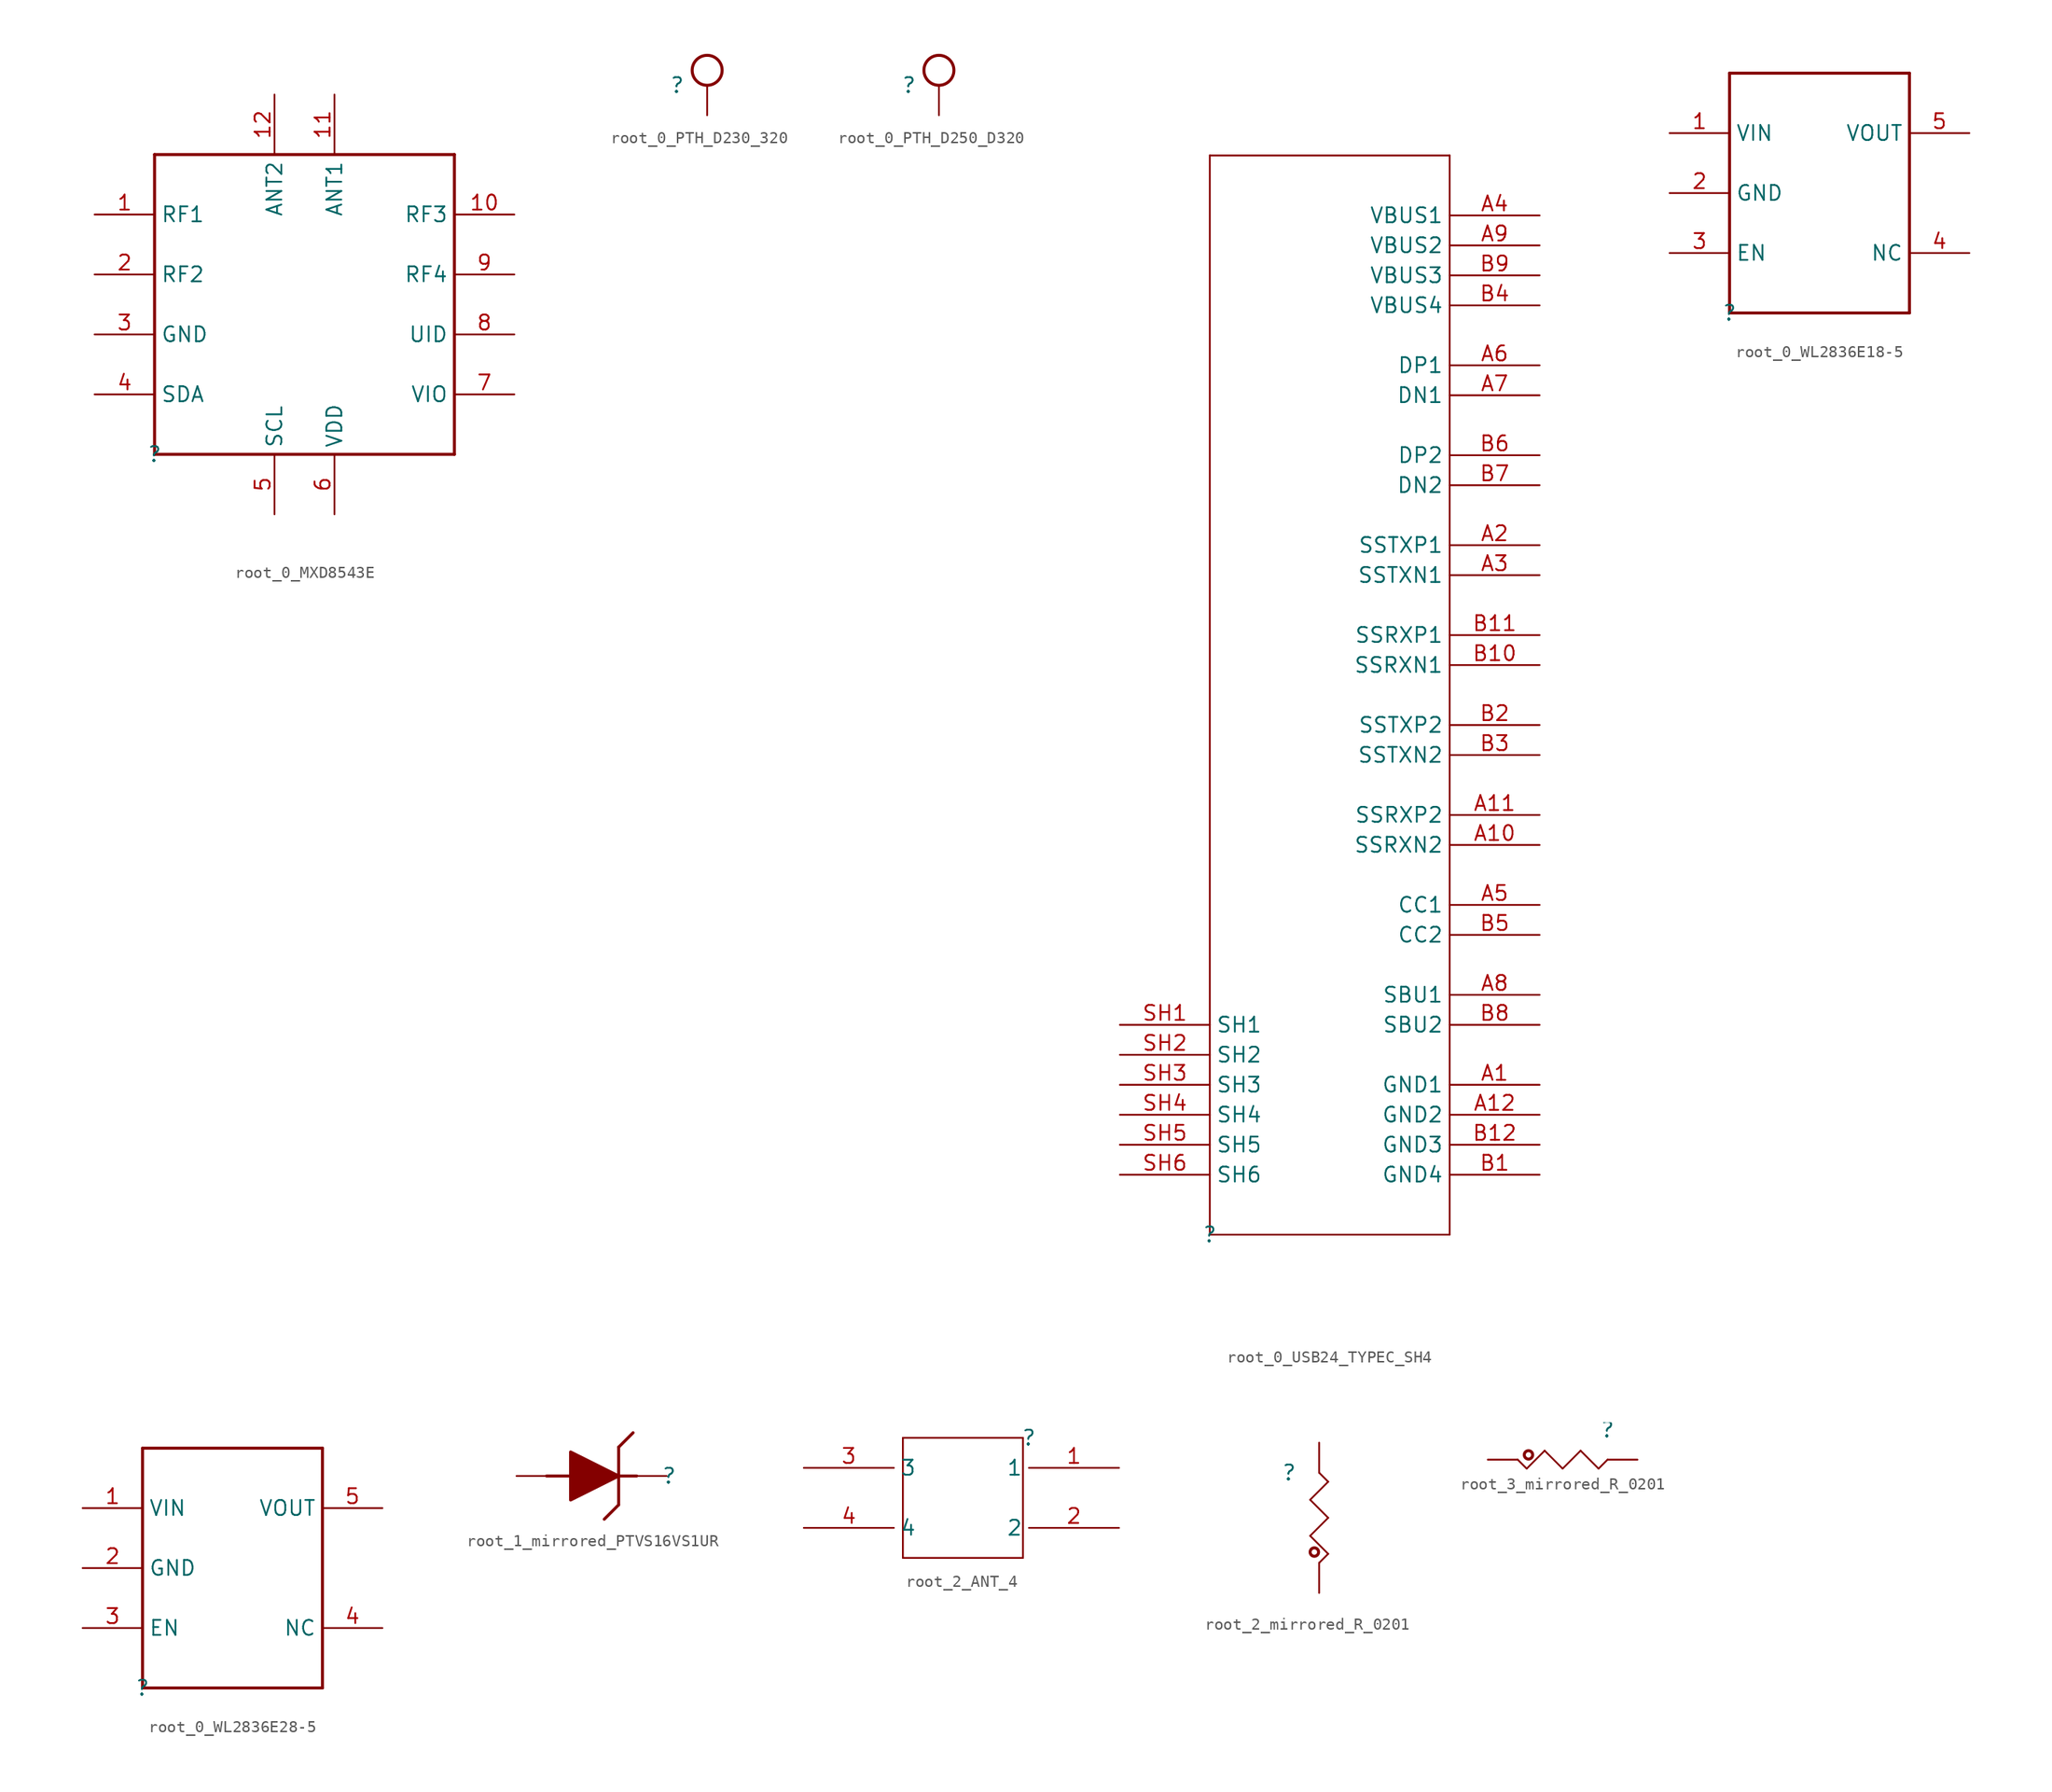
<source format=kicad_sym>
(kicad_symbol_lib
  (version 20220914)
  (generator kicad_symbol_editor)
  (symbol "root_0_MXD8543E"
    (property "Reference" ""
      (at 0 0 0)
      (effects (font (size 1.27 1.27))))
    (property "Value" ""
      (at 0 0 0)
      (effects (font (size 1.27 1.27))))
    (symbol "root_0_MXD8543E_1_0"
      (polyline (pts (xy 0 0) (xy 0 25.4)) (stroke (width 0.254) (type solid)) (fill (type none)))
      (polyline (pts (xy 0 25.4) (xy 25.4 25.4)) (stroke (width 0.254) (type solid)) (fill (type none)))
      (polyline (pts (xy 25.4 0) (xy 0 0)) (stroke (width 0.254) (type solid)) (fill (type none)))
      (polyline (pts (xy 25.4 25.4) (xy 25.4 0)) (stroke (width 0.254) (type solid)) (fill (type none)))
      (pin passive line (at -5.08 20.32 0) (length 5.08) (name "RF1" (effects (font (size 1.27 1.27)))) (number "1" (effects (font (size 1.27 1.27)))))
      (pin passive line (at 30.48 20.32 180) (length 5.08) (name "RF3" (effects (font (size 1.27 1.27)))) (number "10" (effects (font (size 1.27 1.27)))))
      (pin passive line (at 15.24 30.48 270) (length 5.08) (name "ANT1" (effects (font (size 1.27 1.27)))) (number "11" (effects (font (size 1.27 1.27)))))
      (pin passive line (at 10.16 30.48 270) (length 5.08) (name "ANT2" (effects (font (size 1.27 1.27)))) (number "12" (effects (font (size 1.27 1.27)))))
      (pin passive line (at -5.08 15.24 0) (length 5.08) (name "RF2" (effects (font (size 1.27 1.27)))) (number "2" (effects (font (size 1.27 1.27)))))
      (pin passive line (at -5.08 10.16 0) (length 5.08) (name "GND" (effects (font (size 1.27 1.27)))) (number "3" (effects (font (size 1.27 1.27)))))
      (pin passive line (at -5.08 5.08 0) (length 5.08) (name "SDA" (effects (font (size 1.27 1.27)))) (number "4" (effects (font (size 1.27 1.27)))))
      (pin passive line (at 10.16 -5.08 90) (length 5.08) (name "SCL" (effects (font (size 1.27 1.27)))) (number "5" (effects (font (size 1.27 1.27)))))
      (pin passive line (at 15.24 -5.08 90) (length 5.08) (name "VDD" (effects (font (size 1.27 1.27)))) (number "6" (effects (font (size 1.27 1.27)))))
      (pin passive line (at 30.48 5.08 180) (length 5.08) (name "VIO" (effects (font (size 1.27 1.27)))) (number "7" (effects (font (size 1.27 1.27)))))
      (pin passive line (at 30.48 10.16 180) (length 5.08) (name "UID" (effects (font (size 1.27 1.27)))) (number "8" (effects (font (size 1.27 1.27)))))
      (pin passive line (at 30.48 15.24 180) (length 5.08) (name "RF4" (effects (font (size 1.27 1.27)))) (number "9" (effects (font (size 1.27 1.27)))))))
  (symbol "root_0_PTH_D230_320"
    (property "Reference" ""
      (at 0 0 0)
      (effects (font (size 1.27 1.27))))
    (property "Value" ""
      (at 0 0 0)
      (effects (font (size 1.27 1.27))))
    (symbol "root_0_PTH_D230_320_1_0"
      (circle (center 2.54 1.27) (radius 1.27) (stroke (width 0.254) (type solid)) (fill (type none)))
      (pin passive line (at 2.54 -2.54 90) (length 2.54) (name "PIN1" (effects (font (size 0 0)))) (number "1" (effects (font (size 0 0)))))))
  (symbol "root_0_PTH_D250_D320"
    (property "Reference" ""
      (at 0 0 0)
      (effects (font (size 1.27 1.27))))
    (property "Value" ""
      (at 0 0 0)
      (effects (font (size 1.27 1.27))))
    (symbol "root_0_PTH_D250_D320_1_0"
      (circle (center 2.54 1.27) (radius 1.27) (stroke (width 0.254) (type solid)) (fill (type none)))
      (pin passive line (at 2.54 -2.54 90) (length 2.54) (name "1" (effects (font (size 0 0)))) (number "1" (effects (font (size 0 0)))))))
  (symbol "root_0_USB24_TYPEC_SH4"
    (property "Reference" ""
      (at 0 0 0)
      (effects (font (size 1.27 1.27))))
    (property "Value" ""
      (at 0 0 0)
      (effects (font (size 1.27 1.27))))
    (symbol "root_0_USB24_TYPEC_SH4_1_0"
      (polyline (pts (xy 0 0) (xy 0 91.44)) (stroke (width 0) (type solid)) (fill (type none)))
      (polyline (pts (xy 0 91.44) (xy 20.32 91.44)) (stroke (width 0) (type solid)) (fill (type none)))
      (polyline (pts (xy 20.32 0) (xy 0 0)) (stroke (width 0) (type solid)) (fill (type none)))
      (polyline (pts (xy 20.32 91.44) (xy 20.32 0)) (stroke (width 0) (type solid)) (fill (type none)))
      (pin power_in line (at 27.94 12.7 180) (length 7.62) (name "GND1" (effects (font (size 1.27 1.27)))) (number "A1" (effects (font (size 1.27 1.27)))))
      (pin passive line (at 27.94 33.02 180) (length 7.62) (name "SSRXN2" (effects (font (size 1.27 1.27)))) (number "A10" (effects (font (size 1.27 1.27)))))
      (pin passive line (at 27.94 35.56 180) (length 7.62) (name "SSRXP2" (effects (font (size 1.27 1.27)))) (number "A11" (effects (font (size 1.27 1.27)))))
      (pin power_in line (at 27.94 10.16 180) (length 7.62) (name "GND2" (effects (font (size 1.27 1.27)))) (number "A12" (effects (font (size 1.27 1.27)))))
      (pin passive line (at 27.94 58.42 180) (length 7.62) (name "SSTXP1" (effects (font (size 1.27 1.27)))) (number "A2" (effects (font (size 1.27 1.27)))))
      (pin passive line (at 27.94 55.88 180) (length 7.62) (name "SSTXN1" (effects (font (size 1.27 1.27)))) (number "A3" (effects (font (size 1.27 1.27)))))
      (pin passive line (at 27.94 86.36 180) (length 7.62) (name "VBUS1" (effects (font (size 1.27 1.27)))) (number "A4" (effects (font (size 1.27 1.27)))))
      (pin passive line (at 27.94 27.94 180) (length 7.62) (name "CC1" (effects (font (size 1.27 1.27)))) (number "A5" (effects (font (size 1.27 1.27)))))
      (pin passive line (at 27.94 73.66 180) (length 7.62) (name "DP1" (effects (font (size 1.27 1.27)))) (number "A6" (effects (font (size 1.27 1.27)))))
      (pin passive line (at 27.94 71.12 180) (length 7.62) (name "DN1" (effects (font (size 1.27 1.27)))) (number "A7" (effects (font (size 1.27 1.27)))))
      (pin passive line (at 27.94 20.32 180) (length 7.62) (name "SBU1" (effects (font (size 1.27 1.27)))) (number "A8" (effects (font (size 1.27 1.27)))))
      (pin passive line (at 27.94 83.82 180) (length 7.62) (name "VBUS2" (effects (font (size 1.27 1.27)))) (number "A9" (effects (font (size 1.27 1.27)))))
      (pin power_in line (at 27.94 5.08 180) (length 7.62) (name "GND4" (effects (font (size 1.27 1.27)))) (number "B1" (effects (font (size 1.27 1.27)))))
      (pin passive line (at 27.94 48.26 180) (length 7.62) (name "SSRXN1" (effects (font (size 1.27 1.27)))) (number "B10" (effects (font (size 1.27 1.27)))))
      (pin passive line (at 27.94 50.8 180) (length 7.62) (name "SSRXP1" (effects (font (size 1.27 1.27)))) (number "B11" (effects (font (size 1.27 1.27)))))
      (pin power_in line (at 27.94 7.62 180) (length 7.62) (name "GND3" (effects (font (size 1.27 1.27)))) (number "B12" (effects (font (size 1.27 1.27)))))
      (pin passive line (at 27.94 43.18 180) (length 7.62) (name "SSTXP2" (effects (font (size 1.27 1.27)))) (number "B2" (effects (font (size 1.27 1.27)))))
      (pin passive line (at 27.94 40.64 180) (length 7.62) (name "SSTXN2" (effects (font (size 1.27 1.27)))) (number "B3" (effects (font (size 1.27 1.27)))))
      (pin passive line (at 27.94 78.74 180) (length 7.62) (name "VBUS4" (effects (font (size 1.27 1.27)))) (number "B4" (effects (font (size 1.27 1.27)))))
      (pin passive line (at 27.94 25.4 180) (length 7.62) (name "CC2" (effects (font (size 1.27 1.27)))) (number "B5" (effects (font (size 1.27 1.27)))))
      (pin passive line (at 27.94 66.04 180) (length 7.62) (name "DP2" (effects (font (size 1.27 1.27)))) (number "B6" (effects (font (size 1.27 1.27)))))
      (pin passive line (at 27.94 63.5 180) (length 7.62) (name "DN2" (effects (font (size 1.27 1.27)))) (number "B7" (effects (font (size 1.27 1.27)))))
      (pin passive line (at 27.94 17.78 180) (length 7.62) (name "SBU2" (effects (font (size 1.27 1.27)))) (number "B8" (effects (font (size 1.27 1.27)))))
      (pin passive line (at 27.94 81.28 180) (length 7.62) (name "VBUS3" (effects (font (size 1.27 1.27)))) (number "B9" (effects (font (size 1.27 1.27)))))
      (pin power_in line (at -7.62 17.78 0) (length 7.62) (name "SH1" (effects (font (size 1.27 1.27)))) (number "SH1" (effects (font (size 1.27 1.27)))))
      (pin power_in line (at -7.62 15.24 0) (length 7.62) (name "SH2" (effects (font (size 1.27 1.27)))) (number "SH2" (effects (font (size 1.27 1.27)))))
      (pin power_in line (at -7.62 12.7 0) (length 7.62) (name "SH3" (effects (font (size 1.27 1.27)))) (number "SH3" (effects (font (size 1.27 1.27)))))
      (pin power_in line (at -7.62 10.16 0) (length 7.62) (name "SH4" (effects (font (size 1.27 1.27)))) (number "SH4" (effects (font (size 1.27 1.27)))))
      (pin power_in line (at -7.62 7.62 0) (length 7.62) (name "SH5" (effects (font (size 1.27 1.27)))) (number "SH5" (effects (font (size 1.27 1.27)))))
      (pin power_in line (at -7.62 5.08 0) (length 7.62) (name "SH6" (effects (font (size 1.27 1.27)))) (number "SH6" (effects (font (size 1.27 1.27)))))))
  (symbol "root_0_WL2836E18-5"
    (property "Reference" ""
      (at 0 0 0)
      (effects (font (size 1.27 1.27))))
    (property "Value" ""
      (at 0 0 0)
      (effects (font (size 1.27 1.27))))
    (symbol "root_0_WL2836E18-5_1_0"
      (polyline (pts (xy 0 0) (xy 15.24 0)) (stroke (width 0.254) (type solid)) (fill (type none)))
      (polyline (pts (xy 0 20.32) (xy 0 0)) (stroke (width 0.254) (type solid)) (fill (type none)))
      (polyline (pts (xy 15.24 0) (xy 15.24 20.32)) (stroke (width 0.254) (type solid)) (fill (type none)))
      (polyline (pts (xy 15.24 20.32) (xy 0 20.32)) (stroke (width 0.254) (type solid)) (fill (type none)))
      (pin passive line (at -5.08 15.24 0) (length 5.08) (name "VIN" (effects (font (size 1.27 1.27)))) (number "1" (effects (font (size 1.27 1.27)))))
      (pin passive line (at -5.08 10.16 0) (length 5.08) (name "GND" (effects (font (size 1.27 1.27)))) (number "2" (effects (font (size 1.27 1.27)))))
      (pin passive line (at -5.08 5.08 0) (length 5.08) (name "EN" (effects (font (size 1.27 1.27)))) (number "3" (effects (font (size 1.27 1.27)))))
      (pin passive line (at 20.32 5.08 180) (length 5.08) (name "NC" (effects (font (size 1.27 1.27)))) (number "4" (effects (font (size 1.27 1.27)))))
      (pin passive line (at 20.32 15.24 180) (length 5.08) (name "VOUT" (effects (font (size 1.27 1.27)))) (number "5" (effects (font (size 1.27 1.27)))))))
  (symbol "root_0_WL2836E28-5"
    (property "Reference" ""
      (at 0 0 0)
      (effects (font (size 1.27 1.27))))
    (property "Value" ""
      (at 0 0 0)
      (effects (font (size 1.27 1.27))))
    (symbol "root_0_WL2836E28-5_1_0"
      (polyline (pts (xy 0 0) (xy 15.24 0)) (stroke (width 0.254) (type solid)) (fill (type none)))
      (polyline (pts (xy 0 20.32) (xy 0 0)) (stroke (width 0.254) (type solid)) (fill (type none)))
      (polyline (pts (xy 15.24 0) (xy 15.24 20.32)) (stroke (width 0.254) (type solid)) (fill (type none)))
      (polyline (pts (xy 15.24 20.32) (xy 0 20.32)) (stroke (width 0.254) (type solid)) (fill (type none)))
      (pin passive line (at -5.08 15.24 0) (length 5.08) (name "VIN" (effects (font (size 1.27 1.27)))) (number "1" (effects (font (size 1.27 1.27)))))
      (pin passive line (at -5.08 10.16 0) (length 5.08) (name "GND" (effects (font (size 1.27 1.27)))) (number "2" (effects (font (size 1.27 1.27)))))
      (pin passive line (at -5.08 5.08 0) (length 5.08) (name "EN" (effects (font (size 1.27 1.27)))) (number "3" (effects (font (size 1.27 1.27)))))
      (pin passive line (at 20.32 5.08 180) (length 5.08) (name "NC" (effects (font (size 1.27 1.27)))) (number "4" (effects (font (size 1.27 1.27)))))
      (pin passive line (at 20.32 15.24 180) (length 5.08) (name "VOUT" (effects (font (size 1.27 1.27)))) (number "5" (effects (font (size 1.27 1.27)))))))
  (symbol "root_1_mirrored_PTVS16VS1UR"
    (property "Reference" ""
      (at 0 0 0)
      (effects (font (size 1.27 1.27))))
    (property "Value" ""
      (at 0 0 0)
      (effects (font (size 1.27 1.27))))
    (symbol "root_1_mirrored_PTVS16VS1UR_1_0"
      (polyline (pts (xy -8.331 0) (xy -10.363 0)) (stroke (width 0.254) (type solid)) (fill (type none)))
      (polyline (pts (xy -4.267 -2.438) (xy -5.486 -3.658)) (stroke (width 0.254) (type solid)) (fill (type none)))
      (polyline (pts (xy -4.267 0) (xy -4.267 -2.438)) (stroke (width 0.254) (type solid)) (fill (type none)))
      (polyline (pts (xy -4.267 0) (xy -4.267 2.438)) (stroke (width 0.254) (type solid)) (fill (type none)))
      (polyline (pts (xy -4.267 2.438) (xy -3.048 3.658)) (stroke (width 0.254) (type solid)) (fill (type none)))
      (polyline (pts (xy -2.743 0) (xy -4.267 0)) (stroke (width 0.254) (type solid)) (fill (type none)))
      (polyline (pts (xy -8.331 -2.032) (xy -8.331 2.032) (xy -4.267 0) (xy -8.331 -2.032) (xy -8.331 -2.032)) (stroke (width 0.254) (type solid)) (fill (type outline)))
      (pin passive line (at -0.203 0 180) (length 2.54) (name "1" (effects (font (size 0 0)))) (number "1" (effects (font (size 0 0)))))
      (pin passive line (at -12.903 0 0) (length 2.54) (name "2" (effects (font (size 0 0)))) (number "2" (effects (font (size 0 0)))))))
  (symbol "root_2_ANT_4"
    (property "Reference" ""
      (at 0 0 0)
      (effects (font (size 1.27 1.27))))
    (property "Value" ""
      (at 0 0 0)
      (effects (font (size 1.27 1.27))))
    (symbol "root_2_ANT_4_1_0"
      (polyline (pts (xy -10.668 -10.16) (xy -10.668 0)) (stroke (width 0) (type solid)) (fill (type none)))
      (polyline (pts (xy -10.668 0) (xy -0.508 0)) (stroke (width 0) (type solid)) (fill (type none)))
      (polyline (pts (xy -0.508 -10.16) (xy -10.668 -10.16)) (stroke (width 0) (type solid)) (fill (type none)))
      (polyline (pts (xy -0.508 0) (xy -0.508 -10.16)) (stroke (width 0) (type solid)) (fill (type none)))
      (pin power_in line (at 7.62 -2.54 180) (length 7.62) (name "1" (effects (font (size 1.27 1.27)))) (number "1" (effects (font (size 1.27 1.27)))))
      (pin power_in line (at 7.62 -7.62 180) (length 7.62) (name "2" (effects (font (size 1.27 1.27)))) (number "2" (effects (font (size 1.27 1.27)))))
      (pin passive line (at -19.05 -2.54 0) (length 7.62) (name "3" (effects (font (size 1.27 1.27)))) (number "3" (effects (font (size 1.27 1.27)))))
      (pin passive line (at -19.05 -7.62 0) (length 7.62) (name "4" (effects (font (size 1.27 1.27)))) (number "4" (effects (font (size 1.27 1.27)))))))
  (symbol "root_2_mirrored_R_0201"
    (property "Reference" ""
      (at 0 0 0)
      (effects (font (size 1.27 1.27))))
    (property "Value" ""
      (at 0 0 0)
      (effects (font (size 1.27 1.27))))
    (symbol "root_2_mirrored_R_0201_1_0"
      (polyline (pts (xy 1.778 -5.334) (xy 3.302 -3.81)) (stroke (width 0) (type solid)) (fill (type none)))
      (polyline (pts (xy 1.778 -2.286) (xy 3.302 -0.762)) (stroke (width 0) (type solid)) (fill (type none)))
      (polyline (pts (xy 2.54 -7.62) (xy 3.302 -6.858)) (stroke (width 0) (type solid)) (fill (type none)))
      (polyline (pts (xy 3.302 -6.858) (xy 1.778 -5.334)) (stroke (width 0) (type solid)) (fill (type none)))
      (polyline (pts (xy 3.302 -3.81) (xy 1.778 -2.286)) (stroke (width 0) (type solid)) (fill (type none)))
      (polyline (pts (xy 3.302 -0.762) (xy 2.54 0)) (stroke (width 0) (type solid)) (fill (type none)))
      (circle (center 2.134 -6.706) (radius 0.356) (stroke (width 0.254) (type solid)) (fill (type none)))
      (pin passive line (at 2.54 -10.16 90) (length 2.54) (name "1" (effects (font (size 0 0)))) (number "1" (effects (font (size 0 0)))))
      (pin passive line (at 2.54 2.54 270) (length 2.54) (name "2" (effects (font (size 0 0)))) (number "2" (effects (font (size 0 0)))))))
  (symbol "root_3_mirrored_R_0201"
    (property "Reference" ""
      (at 0 0 0)
      (effects (font (size 1.27 1.27))))
    (property "Value" ""
      (at 0 0 0)
      (effects (font (size 1.27 1.27))))
    (symbol "root_3_mirrored_R_0201_1_0"
      (circle (center -6.706 -2.134) (radius 0.356) (stroke (width 0.254) (type solid)) (fill (type none)))
      (polyline (pts (xy -7.62 -2.54) (xy -6.858 -3.302)) (stroke (width 0) (type solid)) (fill (type none)))
      (polyline (pts (xy -6.858 -3.302) (xy -5.334 -1.778)) (stroke (width 0) (type solid)) (fill (type none)))
      (polyline (pts (xy -5.334 -1.778) (xy -3.81 -3.302)) (stroke (width 0) (type solid)) (fill (type none)))
      (polyline (pts (xy -3.81 -3.302) (xy -2.286 -1.778)) (stroke (width 0) (type solid)) (fill (type none)))
      (polyline (pts (xy -2.286 -1.778) (xy -0.762 -3.302)) (stroke (width 0) (type solid)) (fill (type none)))
      (polyline (pts (xy -0.762 -3.302) (xy 0 -2.54)) (stroke (width 0) (type solid)) (fill (type none)))
      (pin passive line (at -10.16 -2.54 0) (length 2.54) (name "1" (effects (font (size 0 0)))) (number "1" (effects (font (size 0 0)))))
      (pin passive line (at 2.54 -2.54 180) (length 2.54) (name "2" (effects (font (size 0 0)))) (number "2" (effects (font (size 0 0))))))))
</source>
